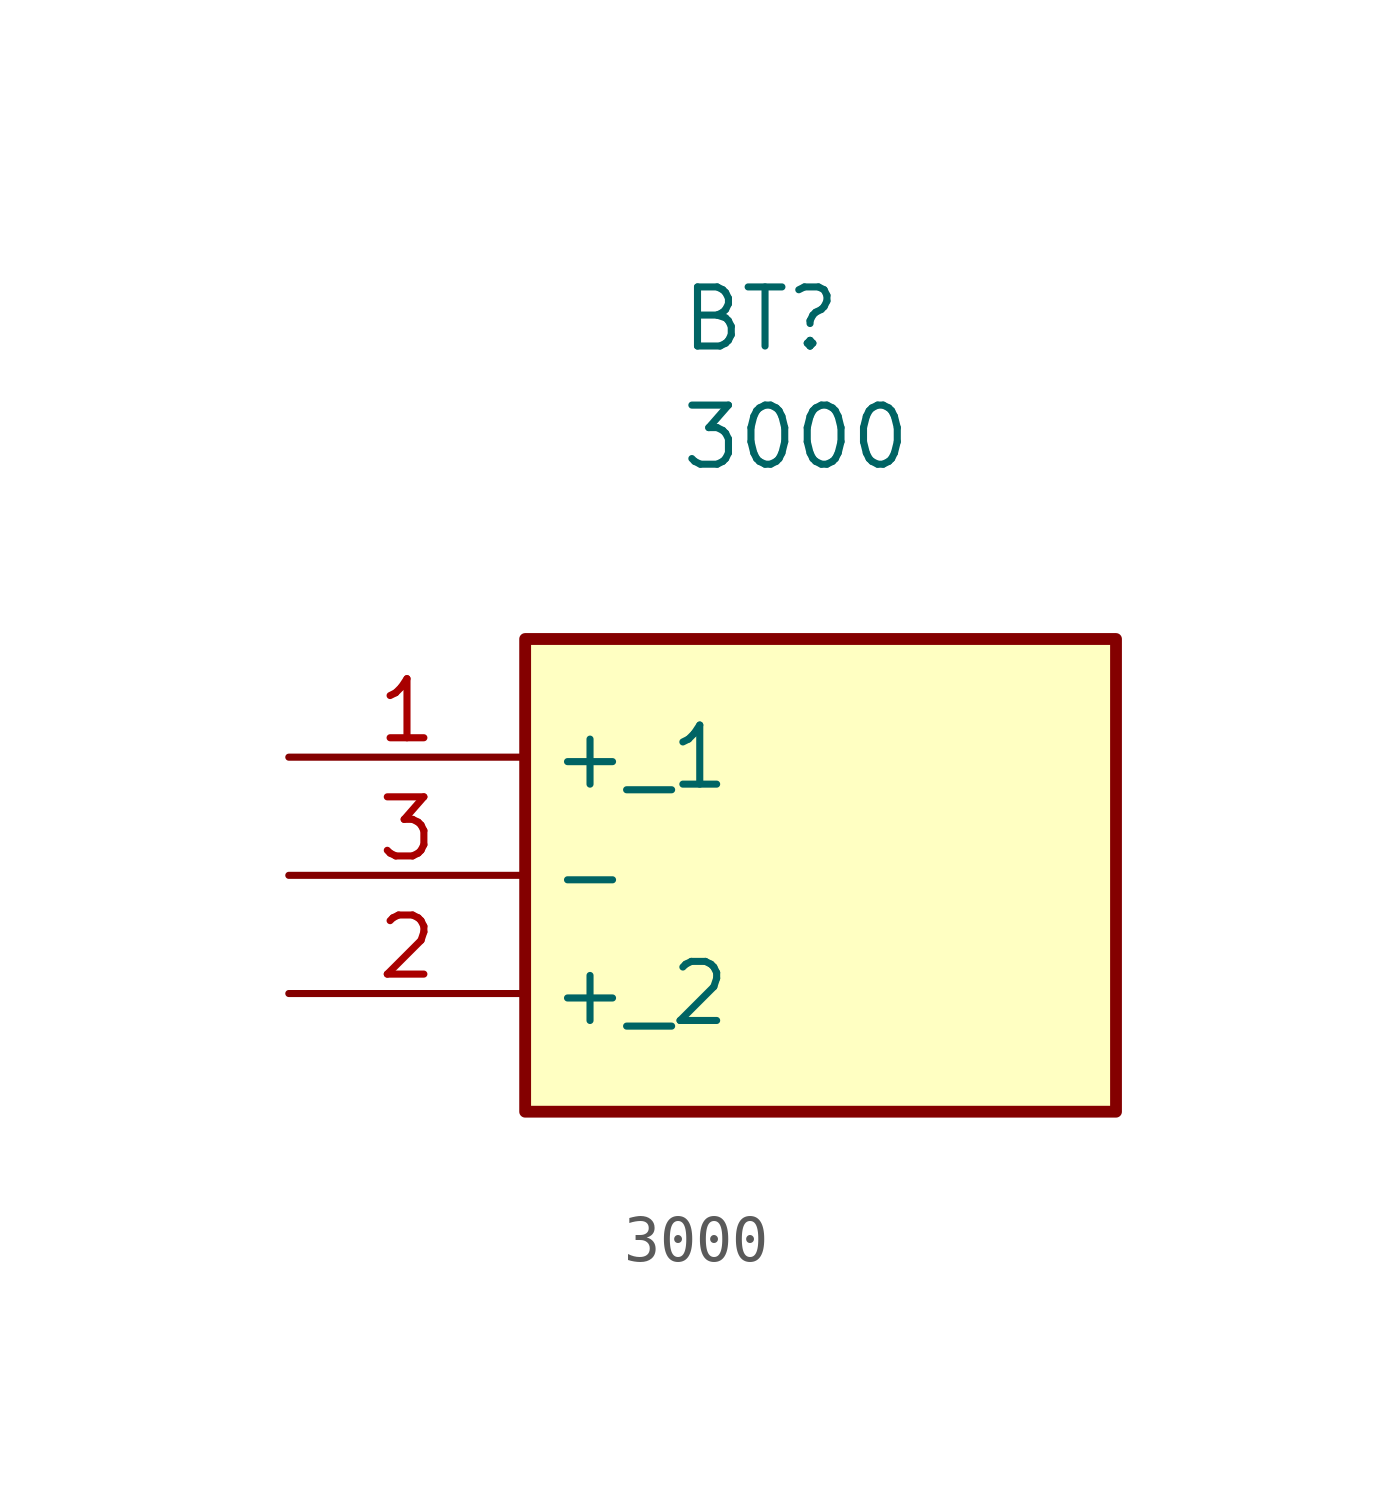
<source format=kicad_sym>
(kicad_symbol_lib
  (version 20231120)
  (generator "kicad_symbol_editor")
  (generator_version "8.0")
  (symbol "3000"
    (property "Reference" "BT"
      (at 8.382 10.16 0)
      (effects (font (size 1.27 1.27)) (justify left top)))
    (property "Value" "3000"
      (at 8.382 7.62 0)
      (effects (font (size 1.27 1.27)) (justify left top)))
    (symbol "3000_1_1"
      (rectangle (start 5.08 2.54) (end 17.78 -7.62) (stroke (width 0.254) (type default)) (fill (type background)))
      (pin passive line (at 0 0 0) (length 5.08) (name "+_1" (effects (font (size 1.27 1.27)))) (number "1" (effects (font (size 1.27 1.27)))))
      (pin passive line (at 0 -5.08 0) (length 5.08) (name "+_2" (effects (font (size 1.27 1.27)))) (number "2" (effects (font (size 1.27 1.27)))))
      (pin passive line (at 0 -2.54 0) (length 5.08) (name "-" (effects (font (size 1.27 1.27)))) (number "3" (effects (font (size 1.27 1.27))))))))
</source>
